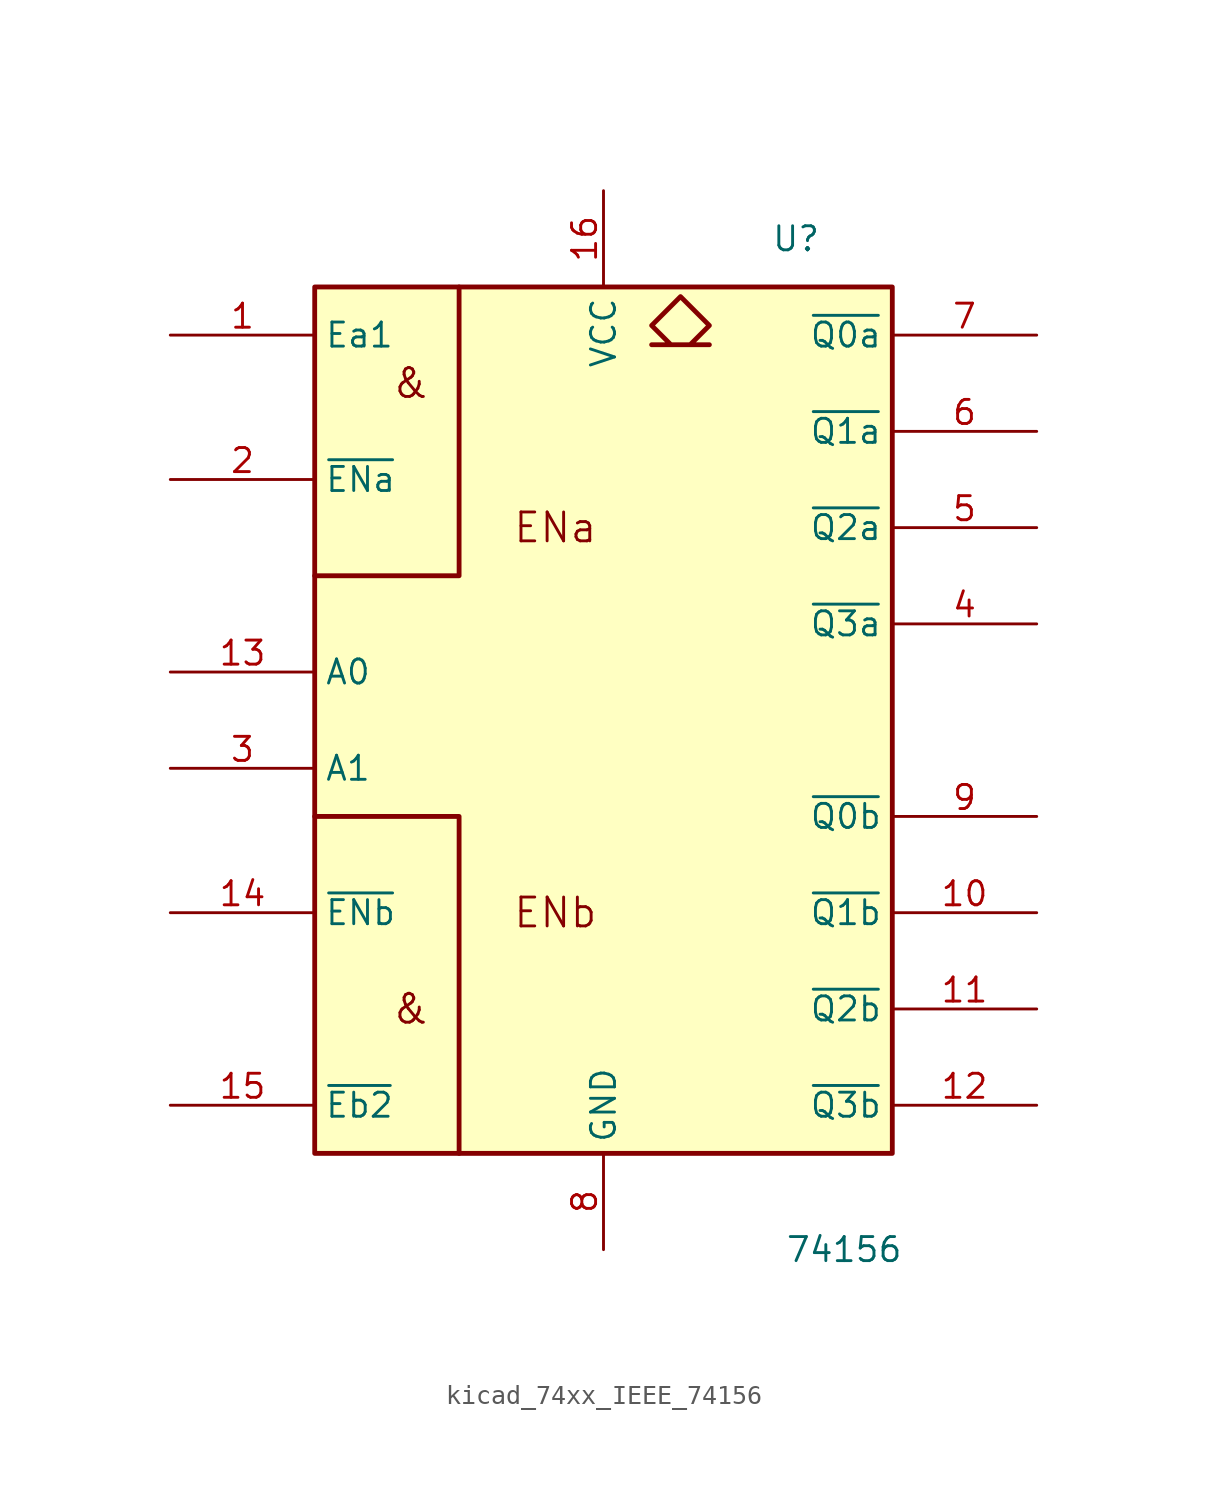
<source format=kicad_sym>
(kicad_symbol_lib
  (version 20220914)
  (generator kicad_symbol_editor)
  (symbol "kicad_74xx_IEEE_74156"
    (property "Reference" "U"
      (at 10.16 25.4 0)
      (effects (font (size 1.27 1.27))))
    (property "Value" "74156"
      (at 12.7 -27.94 0)
      (effects (font (size 1.27 1.27))))
    (symbol "kicad_74xx_IEEE_74156_0_0"
      (rectangle (start -15.24 22.86) (end 15.24 -22.86) (stroke (width 0.254) (type default)) (fill (type background)))
      (polyline (pts (xy -15.24 -5.08) (xy -7.62 -5.08) (xy -7.62 -22.86) (xy -7.62 -22.86)) (stroke (width 0.254) (type default)) (fill (type background)))
      (polyline (pts (xy -7.62 22.86) (xy -7.62 7.62) (xy -15.24 7.62) (xy -15.24 7.62)) (stroke (width 0.254) (type default)) (fill (type background)))
      (polyline (pts (xy 4.064 22.352) (xy 5.588 20.828) (xy 4.572 19.812) (xy 5.588 19.812) (xy 2.54 19.812) (xy 3.556 19.812) (xy 2.54 20.828) (xy 4.064 22.352) (xy 4.064 22.352)) (stroke (width 0.254) (type default)) (fill (type background)))
      (text "&" (at -10.16 -15.24 0) (effects (font (size 1.524 1.524))))
      (text "&" (at -10.16 17.78 0) (effects (font (size 1.524 1.524))))
      (text "ENa" (at -2.54 10.16 0) (effects (font (size 1.524 1.524))))
      (text "ENb" (at -2.54 -10.16 0) (effects (font (size 1.524 1.524))))
      (pin power_in line (at 0 27.94 270) (length 5.08) (name "VCC" (effects (font (size 1.27 1.27)))) (number "16" (effects (font (size 1.27 1.27)))))
      (pin power_in line (at 0 -27.94 90) (length 5.08) (name "GND" (effects (font (size 1.27 1.27)))) (number "8" (effects (font (size 1.27 1.27))))))
    (symbol "kicad_74xx_IEEE_74156_1_1"
      (pin input line (at -22.86 20.32 0) (length 7.62) (name "Ea1" (effects (font (size 1.27 1.27)))) (number "1" (effects (font (size 1.27 1.27)))))
      (pin open_collector line (at 22.86 -10.16 180) (length 7.62) (name "~{Q1b}" (effects (font (size 1.27 1.27)))) (number "10" (effects (font (size 1.27 1.27)))))
      (pin open_collector line (at 22.86 -15.24 180) (length 7.62) (name "~{Q2b}" (effects (font (size 1.27 1.27)))) (number "11" (effects (font (size 1.27 1.27)))))
      (pin open_collector line (at 22.86 -20.32 180) (length 7.62) (name "~{Q3b}" (effects (font (size 1.27 1.27)))) (number "12" (effects (font (size 1.27 1.27)))))
      (pin input line (at -22.86 2.54 0) (length 7.62) (name "A0" (effects (font (size 1.27 1.27)))) (number "13" (effects (font (size 1.27 1.27)))))
      (pin input line (at -22.86 -10.16 0) (length 7.62) (name "~{ENb}" (effects (font (size 1.27 1.27)))) (number "14" (effects (font (size 1.27 1.27)))))
      (pin input line (at -22.86 -20.32 0) (length 7.62) (name "~{Eb2}" (effects (font (size 1.27 1.27)))) (number "15" (effects (font (size 1.27 1.27)))))
      (pin input line (at -22.86 12.7 0) (length 7.62) (name "~{ENa}" (effects (font (size 1.27 1.27)))) (number "2" (effects (font (size 1.27 1.27)))))
      (pin input line (at -22.86 -2.54 0) (length 7.62) (name "A1" (effects (font (size 1.27 1.27)))) (number "3" (effects (font (size 1.27 1.27)))))
      (pin open_collector line (at 22.86 5.08 180) (length 7.62) (name "~{Q3a}" (effects (font (size 1.27 1.27)))) (number "4" (effects (font (size 1.27 1.27)))))
      (pin open_collector line (at 22.86 10.16 180) (length 7.62) (name "~{Q2a}" (effects (font (size 1.27 1.27)))) (number "5" (effects (font (size 1.27 1.27)))))
      (pin open_collector line (at 22.86 15.24 180) (length 7.62) (name "~{Q1a}" (effects (font (size 1.27 1.27)))) (number "6" (effects (font (size 1.27 1.27)))))
      (pin open_collector line (at 22.86 20.32 180) (length 7.62) (name "~{Q0a}" (effects (font (size 1.27 1.27)))) (number "7" (effects (font (size 1.27 1.27)))))
      (pin open_collector line (at 22.86 -5.08 180) (length 7.62) (name "~{Q0b}" (effects (font (size 1.27 1.27)))) (number "9" (effects (font (size 1.27 1.27))))))))
</source>
